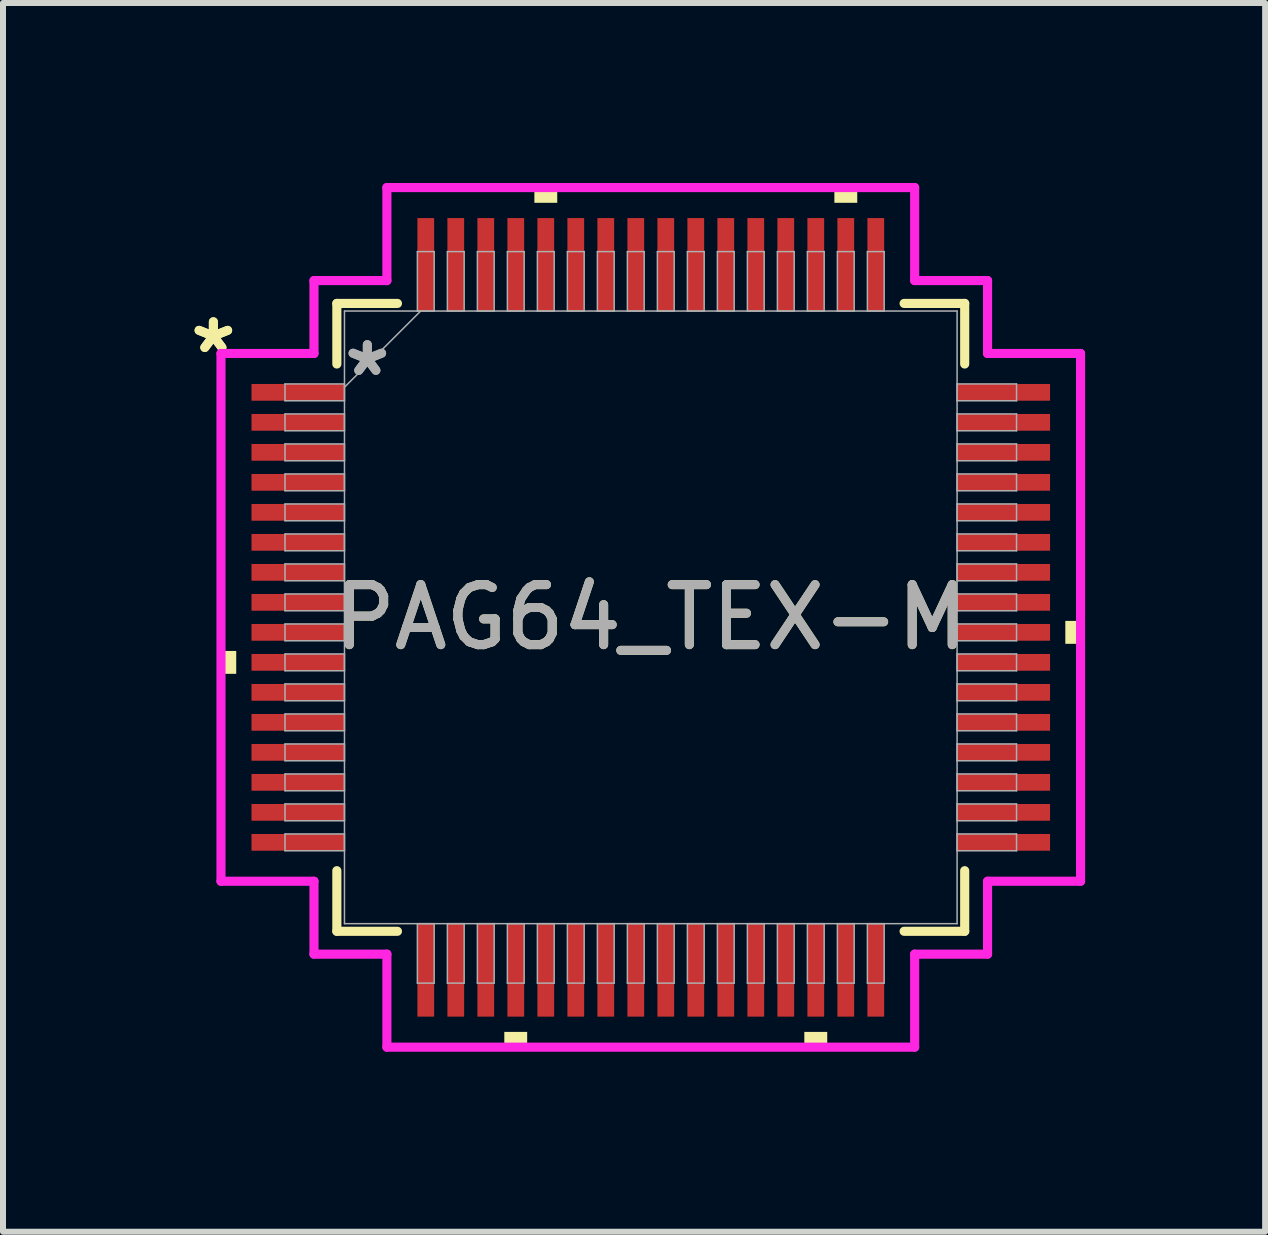
<source format=kicad_pcb>
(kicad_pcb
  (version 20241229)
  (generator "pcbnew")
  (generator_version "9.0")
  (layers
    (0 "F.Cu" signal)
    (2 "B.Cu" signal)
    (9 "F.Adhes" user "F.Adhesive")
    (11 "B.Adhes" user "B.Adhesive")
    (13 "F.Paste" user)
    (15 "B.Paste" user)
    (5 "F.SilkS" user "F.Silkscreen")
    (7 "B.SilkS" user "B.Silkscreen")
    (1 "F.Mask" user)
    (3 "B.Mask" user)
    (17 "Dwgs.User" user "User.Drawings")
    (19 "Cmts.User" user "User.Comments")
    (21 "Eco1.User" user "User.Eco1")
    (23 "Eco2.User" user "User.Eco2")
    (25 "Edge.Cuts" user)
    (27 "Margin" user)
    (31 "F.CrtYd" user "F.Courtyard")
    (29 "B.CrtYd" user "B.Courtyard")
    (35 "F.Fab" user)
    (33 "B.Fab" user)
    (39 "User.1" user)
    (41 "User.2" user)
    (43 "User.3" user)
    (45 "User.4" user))
  (footprint "PAG64_TEX-M"
    (layer "F.Cu")
    (at 7.796 7.239)
    (property "Reference" "PAG64_TEX-M" (at 0 0 0) (unlocked yes) (layer "F.SilkS") (effects (font (size 1 1) (thickness 0.15))))
    (attr smd)
    (fp_line (start -5.232 -5.232) (end -5.232 -4.222) (stroke (width 0.152) (type solid)) (layer "F.SilkS"))
    (fp_line (start -5.232 4.222) (end -5.232 5.232) (stroke (width 0.152) (type solid)) (layer "F.SilkS"))
    (fp_line (start -5.232 5.232) (end -4.222 5.232) (stroke (width 0.152) (type solid)) (layer "F.SilkS"))
    (fp_line (start -4.222 -5.232) (end -5.232 -5.232) (stroke (width 0.152) (type solid)) (layer "F.SilkS"))
    (fp_line (start 4.222 5.232) (end 5.232 5.232) (stroke (width 0.152) (type solid)) (layer "F.SilkS"))
    (fp_line (start 5.232 -5.232) (end 4.222 -5.232) (stroke (width 0.152) (type solid)) (layer "F.SilkS"))
    (fp_line (start 5.232 -4.222) (end 5.232 -5.232) (stroke (width 0.152) (type solid)) (layer "F.SilkS"))
    (fp_line (start 5.232 5.232) (end 5.232 4.222) (stroke (width 0.152) (type solid)) (layer "F.SilkS"))
    (fp_poly (pts (xy -7.163 0.56) (xy -7.163 0.941) (xy -6.909 0.941) (xy -6.909 0.56)) (stroke (width 0) (type solid)) (fill yes) (layer "F.SilkS"))
    (fp_poly (pts (xy -2.441 6.909) (xy -2.441 7.163) (xy -2.06 7.163) (xy -2.06 6.909)) (stroke (width 0) (type solid)) (fill yes) (layer "F.SilkS"))
    (fp_poly (pts (xy -1.94 -6.909) (xy -1.94 -7.163) (xy -1.559 -7.163) (xy -1.559 -6.909)) (stroke (width 0) (type solid)) (fill yes) (layer "F.SilkS"))
    (fp_poly (pts (xy 2.559 6.909) (xy 2.559 7.163) (xy 2.941 7.163) (xy 2.941 6.909)) (stroke (width 0) (type solid)) (fill yes) (layer "F.SilkS"))
    (fp_poly (pts (xy 3.06 -6.909) (xy 3.06 -7.163) (xy 3.441 -7.163) (xy 3.441 -6.909)) (stroke (width 0) (type solid)) (fill yes) (layer "F.SilkS"))
    (fp_poly (pts (xy 7.163 0.059) (xy 7.163 0.441) (xy 6.909 0.441) (xy 6.909 0.059)) (stroke (width 0) (type solid)) (fill yes) (layer "F.SilkS"))
    (fp_line (start -7.163 -4.398) (end -5.613 -4.398) (stroke (width 0.152) (type solid)) (layer "F.CrtYd"))
    (fp_line (start -7.163 4.398) (end -7.163 -4.398) (stroke (width 0.152) (type solid)) (layer "F.CrtYd"))
    (fp_line (start -5.613 -5.613) (end -4.398 -5.613) (stroke (width 0.152) (type solid)) (layer "F.CrtYd"))
    (fp_line (start -5.613 -4.398) (end -5.613 -5.613) (stroke (width 0.152) (type solid)) (layer "F.CrtYd"))
    (fp_line (start -5.613 4.398) (end -7.163 4.398) (stroke (width 0.152) (type solid)) (layer "F.CrtYd"))
    (fp_line (start -5.613 5.613) (end -5.613 4.398) (stroke (width 0.152) (type solid)) (layer "F.CrtYd"))
    (fp_line (start -5.613 5.613) (end -4.398 5.613) (stroke (width 0.152) (type solid)) (layer "F.CrtYd"))
    (fp_line (start -4.398 -7.163) (end 4.398 -7.163) (stroke (width 0.152) (type solid)) (layer "F.CrtYd"))
    (fp_line (start -4.398 -5.613) (end -4.398 -7.163) (stroke (width 0.152) (type solid)) (layer "F.CrtYd"))
    (fp_line (start -4.398 5.613) (end -4.398 7.163) (stroke (width 0.152) (type solid)) (layer "F.CrtYd"))
    (fp_line (start -4.398 7.163) (end 4.398 7.163) (stroke (width 0.152) (type solid)) (layer "F.CrtYd"))
    (fp_line (start 4.398 -7.163) (end 4.398 -5.613) (stroke (width 0.152) (type solid)) (layer "F.CrtYd"))
    (fp_line (start 4.398 -5.613) (end 5.613 -5.613) (stroke (width 0.152) (type solid)) (layer "F.CrtYd"))
    (fp_line (start 4.398 5.613) (end 5.613 5.613) (stroke (width 0.152) (type solid)) (layer "F.CrtYd"))
    (fp_line (start 4.398 7.163) (end 4.398 5.613) (stroke (width 0.152) (type solid)) (layer "F.CrtYd"))
    (fp_line (start 5.613 -4.398) (end 5.613 -5.613) (stroke (width 0.152) (type solid)) (layer "F.CrtYd"))
    (fp_line (start 5.613 4.398) (end 7.163 4.398) (stroke (width 0.152) (type solid)) (layer "F.CrtYd"))
    (fp_line (start 5.613 5.613) (end 5.613 4.398) (stroke (width 0.152) (type solid)) (layer "F.CrtYd"))
    (fp_line (start 7.163 -4.398) (end 5.613 -4.398) (stroke (width 0.152) (type solid)) (layer "F.CrtYd"))
    (fp_line (start 7.163 4.398) (end 7.163 -4.398) (stroke (width 0.152) (type solid)) (layer "F.CrtYd"))
    (fp_line (start -6.096 -3.89) (end -6.096 -3.61) (stroke (width 0.025) (type solid)) (layer "F.Fab"))
    (fp_line (start -6.096 -3.61) (end -5.105 -3.61) (stroke (width 0.025) (type solid)) (layer "F.Fab"))
    (fp_line (start -6.096 -3.39) (end -6.096 -3.11) (stroke (width 0.025) (type solid)) (layer "F.Fab"))
    (fp_line (start -6.096 -3.11) (end -5.105 -3.11) (stroke (width 0.025) (type solid)) (layer "F.Fab"))
    (fp_line (start -6.096 -2.89) (end -6.096 -2.61) (stroke (width 0.025) (type solid)) (layer "F.Fab"))
    (fp_line (start -6.096 -2.61) (end -5.105 -2.61) (stroke (width 0.025) (type solid)) (layer "F.Fab"))
    (fp_line (start -6.096 -2.39) (end -6.096 -2.11) (stroke (width 0.025) (type solid)) (layer "F.Fab"))
    (fp_line (start -6.096 -2.11) (end -5.105 -2.11) (stroke (width 0.025) (type solid)) (layer "F.Fab"))
    (fp_line (start -6.096 -1.89) (end -6.096 -1.61) (stroke (width 0.025) (type solid)) (layer "F.Fab"))
    (fp_line (start -6.096 -1.61) (end -5.105 -1.61) (stroke (width 0.025) (type solid)) (layer "F.Fab"))
    (fp_line (start -6.096 -1.39) (end -6.096 -1.11) (stroke (width 0.025) (type solid)) (layer "F.Fab"))
    (fp_line (start -6.096 -1.11) (end -5.105 -1.11) (stroke (width 0.025) (type solid)) (layer "F.Fab"))
    (fp_line (start -6.096 -0.89) (end -6.096 -0.61) (stroke (width 0.025) (type solid)) (layer "F.Fab"))
    (fp_line (start -6.096 -0.61) (end -5.105 -0.61) (stroke (width 0.025) (type solid)) (layer "F.Fab"))
    (fp_line (start -6.096 -0.39) (end -6.096 -0.11) (stroke (width 0.025) (type solid)) (layer "F.Fab"))
    (fp_line (start -6.096 -0.11) (end -5.105 -0.11) (stroke (width 0.025) (type solid)) (layer "F.Fab"))
    (fp_line (start -6.096 0.11) (end -6.096 0.39) (stroke (width 0.025) (type solid)) (layer "F.Fab"))
    (fp_line (start -6.096 0.39) (end -5.105 0.39) (stroke (width 0.025) (type solid)) (layer "F.Fab"))
    (fp_line (start -6.096 0.61) (end -6.096 0.89) (stroke (width 0.025) (type solid)) (layer "F.Fab"))
    (fp_line (start -6.096 0.89) (end -5.105 0.89) (stroke (width 0.025) (type solid)) (layer "F.Fab"))
    (fp_line (start -6.096 1.11) (end -6.096 1.39) (stroke (width 0.025) (type solid)) (layer "F.Fab"))
    (fp_line (start -6.096 1.39) (end -5.105 1.39) (stroke (width 0.025) (type solid)) (layer "F.Fab"))
    (fp_line (start -6.096 1.61) (end -6.096 1.89) (stroke (width 0.025) (type solid)) (layer "F.Fab"))
    (fp_line (start -6.096 1.89) (end -5.105 1.89) (stroke (width 0.025) (type solid)) (layer "F.Fab"))
    (fp_line (start -6.096 2.11) (end -6.096 2.39) (stroke (width 0.025) (type solid)) (layer "F.Fab"))
    (fp_line (start -6.096 2.39) (end -5.105 2.39) (stroke (width 0.025) (type solid)) (layer "F.Fab"))
    (fp_line (start -6.096 2.61) (end -6.096 2.89) (stroke (width 0.025) (type solid)) (layer "F.Fab"))
    (fp_line (start -6.096 2.89) (end -5.105 2.89) (stroke (width 0.025) (type solid)) (layer "F.Fab"))
    (fp_line (start -6.096 3.11) (end -6.096 3.39) (stroke (width 0.025) (type solid)) (layer "F.Fab"))
    (fp_line (start -6.096 3.39) (end -5.105 3.39) (stroke (width 0.025) (type solid)) (layer "F.Fab"))
    (fp_line (start -6.096 3.61) (end -6.096 3.89) (stroke (width 0.025) (type solid)) (layer "F.Fab"))
    (fp_line (start -6.096 3.89) (end -5.105 3.89) (stroke (width 0.025) (type solid)) (layer "F.Fab"))
    (fp_line (start -5.105 -5.105) (end -5.105 5.105) (stroke (width 0.025) (type solid)) (layer "F.Fab"))
    (fp_line (start -5.105 -3.89) (end -6.096 -3.89) (stroke (width 0.025) (type solid)) (layer "F.Fab"))
    (fp_line (start -5.105 -3.835) (end -3.835 -5.105) (stroke (width 0.025) (type solid)) (layer "F.Fab"))
    (fp_line (start -5.105 -3.61) (end -5.105 -3.89) (stroke (width 0.025) (type solid)) (layer "F.Fab"))
    (fp_line (start -5.105 -3.39) (end -6.096 -3.39) (stroke (width 0.025) (type solid)) (layer "F.Fab"))
    (fp_line (start -5.105 -3.11) (end -5.105 -3.39) (stroke (width 0.025) (type solid)) (layer "F.Fab"))
    (fp_line (start -5.105 -2.89) (end -6.096 -2.89) (stroke (width 0.025) (type solid)) (layer "F.Fab"))
    (fp_line (start -5.105 -2.61) (end -5.105 -2.89) (stroke (width 0.025) (type solid)) (layer "F.Fab"))
    (fp_line (start -5.105 -2.39) (end -6.096 -2.39) (stroke (width 0.025) (type solid)) (layer "F.Fab"))
    (fp_line (start -5.105 -2.11) (end -5.105 -2.39) (stroke (width 0.025) (type solid)) (layer "F.Fab"))
    (fp_line (start -5.105 -1.89) (end -6.096 -1.89) (stroke (width 0.025) (type solid)) (layer "F.Fab"))
    (fp_line (start -5.105 -1.61) (end -5.105 -1.89) (stroke (width 0.025) (type solid)) (layer "F.Fab"))
    (fp_line (start -5.105 -1.39) (end -6.096 -1.39) (stroke (width 0.025) (type solid)) (layer "F.Fab"))
    (fp_line (start -5.105 -1.11) (end -5.105 -1.39) (stroke (width 0.025) (type solid)) (layer "F.Fab"))
    (fp_line (start -5.105 -0.89) (end -6.096 -0.89) (stroke (width 0.025) (type solid)) (layer "F.Fab"))
    (fp_line (start -5.105 -0.61) (end -5.105 -0.89) (stroke (width 0.025) (type solid)) (layer "F.Fab"))
    (fp_line (start -5.105 -0.39) (end -6.096 -0.39) (stroke (width 0.025) (type solid)) (layer "F.Fab"))
    (fp_line (start -5.105 -0.11) (end -5.105 -0.39) (stroke (width 0.025) (type solid)) (layer "F.Fab"))
    (fp_line (start -5.105 0.11) (end -6.096 0.11) (stroke (width 0.025) (type solid)) (layer "F.Fab"))
    (fp_line (start -5.105 0.39) (end -5.105 0.11) (stroke (width 0.025) (type solid)) (layer "F.Fab"))
    (fp_line (start -5.105 0.61) (end -6.096 0.61) (stroke (width 0.025) (type solid)) (layer "F.Fab"))
    (fp_line (start -5.105 0.89) (end -5.105 0.61) (stroke (width 0.025) (type solid)) (layer "F.Fab"))
    (fp_line (start -5.105 1.11) (end -6.096 1.11) (stroke (width 0.025) (type solid)) (layer "F.Fab"))
    (fp_line (start -5.105 1.39) (end -5.105 1.11) (stroke (width 0.025) (type solid)) (layer "F.Fab"))
    (fp_line (start -5.105 1.61) (end -6.096 1.61) (stroke (width 0.025) (type solid)) (layer "F.Fab"))
    (fp_line (start -5.105 1.89) (end -5.105 1.61) (stroke (width 0.025) (type solid)) (layer "F.Fab"))
    (fp_line (start -5.105 2.11) (end -6.096 2.11) (stroke (width 0.025) (type solid)) (layer "F.Fab"))
    (fp_line (start -5.105 2.39) (end -5.105 2.11) (stroke (width 0.025) (type solid)) (layer "F.Fab"))
    (fp_line (start -5.105 2.61) (end -6.096 2.61) (stroke (width 0.025) (type solid)) (layer "F.Fab"))
    (fp_line (start -5.105 2.89) (end -5.105 2.61) (stroke (width 0.025) (type solid)) (layer "F.Fab"))
    (fp_line (start -5.105 3.11) (end -6.096 3.11) (stroke (width 0.025) (type solid)) (layer "F.Fab"))
    (fp_line (start -5.105 3.39) (end -5.105 3.11) (stroke (width 0.025) (type solid)) (layer "F.Fab"))
    (fp_line (start -5.105 3.61) (end -6.096 3.61) (stroke (width 0.025) (type solid)) (layer "F.Fab"))
    (fp_line (start -5.105 3.89) (end -5.105 3.61) (stroke (width 0.025) (type solid)) (layer "F.Fab"))
    (fp_line (start -5.105 5.105) (end 5.105 5.105) (stroke (width 0.025) (type solid)) (layer "F.Fab"))
    (fp_line (start -3.89 -6.096) (end -3.89 -5.105) (stroke (width 0.025) (type solid)) (layer "F.Fab"))
    (fp_line (start -3.89 -5.105) (end -3.61 -5.105) (stroke (width 0.025) (type solid)) (layer "F.Fab"))
    (fp_line (start -3.89 5.105) (end -3.89 6.096) (stroke (width 0.025) (type solid)) (layer "F.Fab"))
    (fp_line (start -3.89 6.096) (end -3.61 6.096) (stroke (width 0.025) (type solid)) (layer "F.Fab"))
    (fp_line (start -3.61 -6.096) (end -3.89 -6.096) (stroke (width 0.025) (type solid)) (layer "F.Fab"))
    (fp_line (start -3.61 -5.105) (end -3.61 -6.096) (stroke (width 0.025) (type solid)) (layer "F.Fab"))
    (fp_line (start -3.61 5.105) (end -3.89 5.105) (stroke (width 0.025) (type solid)) (layer "F.Fab"))
    (fp_line (start -3.61 6.096) (end -3.61 5.105) (stroke (width 0.025) (type solid)) (layer "F.Fab"))
    (fp_line (start -3.39 -6.096) (end -3.39 -5.105) (stroke (width 0.025) (type solid)) (layer "F.Fab"))
    (fp_line (start -3.39 -5.105) (end -3.11 -5.105) (stroke (width 0.025) (type solid)) (layer "F.Fab"))
    (fp_line (start -3.39 5.105) (end -3.39 6.096) (stroke (width 0.025) (type solid)) (layer "F.Fab"))
    (fp_line (start -3.39 6.096) (end -3.11 6.096) (stroke (width 0.025) (type solid)) (layer "F.Fab"))
    (fp_line (start -3.11 -6.096) (end -3.39 -6.096) (stroke (width 0.025) (type solid)) (layer "F.Fab"))
    (fp_line (start -3.11 -5.105) (end -3.11 -6.096) (stroke (width 0.025) (type solid)) (layer "F.Fab"))
    (fp_line (start -3.11 5.105) (end -3.39 5.105) (stroke (width 0.025) (type solid)) (layer "F.Fab"))
    (fp_line (start -3.11 6.096) (end -3.11 5.105) (stroke (width 0.025) (type solid)) (layer "F.Fab"))
    (fp_line (start -2.89 -6.096) (end -2.89 -5.105) (stroke (width 0.025) (type solid)) (layer "F.Fab"))
    (fp_line (start -2.89 -5.105) (end -2.61 -5.105) (stroke (width 0.025) (type solid)) (layer "F.Fab"))
    (fp_line (start -2.89 5.105) (end -2.89 6.096) (stroke (width 0.025) (type solid)) (layer "F.Fab"))
    (fp_line (start -2.89 6.096) (end -2.61 6.096) (stroke (width 0.025) (type solid)) (layer "F.Fab"))
    (fp_line (start -2.61 -6.096) (end -2.89 -6.096) (stroke (width 0.025) (type solid)) (layer "F.Fab"))
    (fp_line (start -2.61 -5.105) (end -2.61 -6.096) (stroke (width 0.025) (type solid)) (layer "F.Fab"))
    (fp_line (start -2.61 5.105) (end -2.89 5.105) (stroke (width 0.025) (type solid)) (layer "F.Fab"))
    (fp_line (start -2.61 6.096) (end -2.61 5.105) (stroke (width 0.025) (type solid)) (layer "F.Fab"))
    (fp_line (start -2.39 -6.096) (end -2.39 -5.105) (stroke (width 0.025) (type solid)) (layer "F.Fab"))
    (fp_line (start -2.39 -5.105) (end -2.11 -5.105) (stroke (width 0.025) (type solid)) (layer "F.Fab"))
    (fp_line (start -2.39 5.105) (end -2.39 6.096) (stroke (width 0.025) (type solid)) (layer "F.Fab"))
    (fp_line (start -2.39 6.096) (end -2.11 6.096) (stroke (width 0.025) (type solid)) (layer "F.Fab"))
    (fp_line (start -2.11 -6.096) (end -2.39 -6.096) (stroke (width 0.025) (type solid)) (layer "F.Fab"))
    (fp_line (start -2.11 -5.105) (end -2.11 -6.096) (stroke (width 0.025) (type solid)) (layer "F.Fab"))
    (fp_line (start -2.11 5.105) (end -2.39 5.105) (stroke (width 0.025) (type solid)) (layer "F.Fab"))
    (fp_line (start -2.11 6.096) (end -2.11 5.105) (stroke (width 0.025) (type solid)) (layer "F.Fab"))
    (fp_line (start -1.89 -6.096) (end -1.89 -5.105) (stroke (width 0.025) (type solid)) (layer "F.Fab"))
    (fp_line (start -1.89 -5.105) (end -1.61 -5.105) (stroke (width 0.025) (type solid)) (layer "F.Fab"))
    (fp_line (start -1.89 5.105) (end -1.89 6.096) (stroke (width 0.025) (type solid)) (layer "F.Fab"))
    (fp_line (start -1.89 6.096) (end -1.61 6.096) (stroke (width 0.025) (type solid)) (layer "F.Fab"))
    (fp_line (start -1.61 -6.096) (end -1.89 -6.096) (stroke (width 0.025) (type solid)) (layer "F.Fab"))
    (fp_line (start -1.61 -5.105) (end -1.61 -6.096) (stroke (width 0.025) (type solid)) (layer "F.Fab"))
    (fp_line (start -1.61 5.105) (end -1.89 5.105) (stroke (width 0.025) (type solid)) (layer "F.Fab"))
    (fp_line (start -1.61 6.096) (end -1.61 5.105) (stroke (width 0.025) (type solid)) (layer "F.Fab"))
    (fp_line (start -1.39 -6.096) (end -1.39 -5.105) (stroke (width 0.025) (type solid)) (layer "F.Fab"))
    (fp_line (start -1.39 -5.105) (end -1.11 -5.105) (stroke (width 0.025) (type solid)) (layer "F.Fab"))
    (fp_line (start -1.39 5.105) (end -1.39 6.096) (stroke (width 0.025) (type solid)) (layer "F.Fab"))
    (fp_line (start -1.39 6.096) (end -1.11 6.096) (stroke (width 0.025) (type solid)) (layer "F.Fab"))
    (fp_line (start -1.11 -6.096) (end -1.39 -6.096) (stroke (width 0.025) (type solid)) (layer "F.Fab"))
    (fp_line (start -1.11 -5.105) (end -1.11 -6.096) (stroke (width 0.025) (type solid)) (layer "F.Fab"))
    (fp_line (start -1.11 5.105) (end -1.39 5.105) (stroke (width 0.025) (type solid)) (layer "F.Fab"))
    (fp_line (start -1.11 6.096) (end -1.11 5.105) (stroke (width 0.025) (type solid)) (layer "F.Fab"))
    (fp_line (start -0.89 -6.096) (end -0.89 -5.105) (stroke (width 0.025) (type solid)) (layer "F.Fab"))
    (fp_line (start -0.89 -5.105) (end -0.61 -5.105) (stroke (width 0.025) (type solid)) (layer "F.Fab"))
    (fp_line (start -0.89 5.105) (end -0.89 6.096) (stroke (width 0.025) (type solid)) (layer "F.Fab"))
    (fp_line (start -0.89 6.096) (end -0.61 6.096) (stroke (width 0.025) (type solid)) (layer "F.Fab"))
    (fp_line (start -0.61 -6.096) (end -0.89 -6.096) (stroke (width 0.025) (type solid)) (layer "F.Fab"))
    (fp_line (start -0.61 -5.105) (end -0.61 -6.096) (stroke (width 0.025) (type solid)) (layer "F.Fab"))
    (fp_line (start -0.61 5.105) (end -0.89 5.105) (stroke (width 0.025) (type solid)) (layer "F.Fab"))
    (fp_line (start -0.61 6.096) (end -0.61 5.105) (stroke (width 0.025) (type solid)) (layer "F.Fab"))
    (fp_line (start -0.39 -6.096) (end -0.39 -5.105) (stroke (width 0.025) (type solid)) (layer "F.Fab"))
    (fp_line (start -0.39 -5.105) (end -0.11 -5.105) (stroke (width 0.025) (type solid)) (layer "F.Fab"))
    (fp_line (start -0.39 5.105) (end -0.39 6.096) (stroke (width 0.025) (type solid)) (layer "F.Fab"))
    (fp_line (start -0.39 6.096) (end -0.11 6.096) (stroke (width 0.025) (type solid)) (layer "F.Fab"))
    (fp_line (start -0.11 -6.096) (end -0.39 -6.096) (stroke (width 0.025) (type solid)) (layer "F.Fab"))
    (fp_line (start -0.11 -5.105) (end -0.11 -6.096) (stroke (width 0.025) (type solid)) (layer "F.Fab"))
    (fp_line (start -0.11 5.105) (end -0.39 5.105) (stroke (width 0.025) (type solid)) (layer "F.Fab"))
    (fp_line (start -0.11 6.096) (end -0.11 5.105) (stroke (width 0.025) (type solid)) (layer "F.Fab"))
    (fp_line (start 0.11 -6.096) (end 0.11 -5.105) (stroke (width 0.025) (type solid)) (layer "F.Fab"))
    (fp_line (start 0.11 -5.105) (end 0.39 -5.105) (stroke (width 0.025) (type solid)) (layer "F.Fab"))
    (fp_line (start 0.11 5.105) (end 0.11 6.096) (stroke (width 0.025) (type solid)) (layer "F.Fab"))
    (fp_line (start 0.11 6.096) (end 0.39 6.096) (stroke (width 0.025) (type solid)) (layer "F.Fab"))
    (fp_line (start 0.39 -6.096) (end 0.11 -6.096) (stroke (width 0.025) (type solid)) (layer "F.Fab"))
    (fp_line (start 0.39 -5.105) (end 0.39 -6.096) (stroke (width 0.025) (type solid)) (layer "F.Fab"))
    (fp_line (start 0.39 5.105) (end 0.11 5.105) (stroke (width 0.025) (type solid)) (layer "F.Fab"))
    (fp_line (start 0.39 6.096) (end 0.39 5.105) (stroke (width 0.025) (type solid)) (layer "F.Fab"))
    (fp_line (start 0.61 -6.096) (end 0.61 -5.105) (stroke (width 0.025) (type solid)) (layer "F.Fab"))
    (fp_line (start 0.61 -5.105) (end 0.89 -5.105) (stroke (width 0.025) (type solid)) (layer "F.Fab"))
    (fp_line (start 0.61 5.105) (end 0.61 6.096) (stroke (width 0.025) (type solid)) (layer "F.Fab"))
    (fp_line (start 0.61 6.096) (end 0.89 6.096) (stroke (width 0.025) (type solid)) (layer "F.Fab"))
    (fp_line (start 0.89 -6.096) (end 0.61 -6.096) (stroke (width 0.025) (type solid)) (layer "F.Fab"))
    (fp_line (start 0.89 -5.105) (end 0.89 -6.096) (stroke (width 0.025) (type solid)) (layer "F.Fab"))
    (fp_line (start 0.89 5.105) (end 0.61 5.105) (stroke (width 0.025) (type solid)) (layer "F.Fab"))
    (fp_line (start 0.89 6.096) (end 0.89 5.105) (stroke (width 0.025) (type solid)) (layer "F.Fab"))
    (fp_line (start 1.11 -6.096) (end 1.11 -5.105) (stroke (width 0.025) (type solid)) (layer "F.Fab"))
    (fp_line (start 1.11 -5.105) (end 1.39 -5.105) (stroke (width 0.025) (type solid)) (layer "F.Fab"))
    (fp_line (start 1.11 5.105) (end 1.11 6.096) (stroke (width 0.025) (type solid)) (layer "F.Fab"))
    (fp_line (start 1.11 6.096) (end 1.39 6.096) (stroke (width 0.025) (type solid)) (layer "F.Fab"))
    (fp_line (start 1.39 -6.096) (end 1.11 -6.096) (stroke (width 0.025) (type solid)) (layer "F.Fab"))
    (fp_line (start 1.39 -5.105) (end 1.39 -6.096) (stroke (width 0.025) (type solid)) (layer "F.Fab"))
    (fp_line (start 1.39 5.105) (end 1.11 5.105) (stroke (width 0.025) (type solid)) (layer "F.Fab"))
    (fp_line (start 1.39 6.096) (end 1.39 5.105) (stroke (width 0.025) (type solid)) (layer "F.Fab"))
    (fp_line (start 1.61 -6.096) (end 1.61 -5.105) (stroke (width 0.025) (type solid)) (layer "F.Fab"))
    (fp_line (start 1.61 -5.105) (end 1.89 -5.105) (stroke (width 0.025) (type solid)) (layer "F.Fab"))
    (fp_line (start 1.61 5.105) (end 1.61 6.096) (stroke (width 0.025) (type solid)) (layer "F.Fab"))
    (fp_line (start 1.61 6.096) (end 1.89 6.096) (stroke (width 0.025) (type solid)) (layer "F.Fab"))
    (fp_line (start 1.89 -6.096) (end 1.61 -6.096) (stroke (width 0.025) (type solid)) (layer "F.Fab"))
    (fp_line (start 1.89 -5.105) (end 1.89 -6.096) (stroke (width 0.025) (type solid)) (layer "F.Fab"))
    (fp_line (start 1.89 5.105) (end 1.61 5.105) (stroke (width 0.025) (type solid)) (layer "F.Fab"))
    (fp_line (start 1.89 6.096) (end 1.89 5.105) (stroke (width 0.025) (type solid)) (layer "F.Fab"))
    (fp_line (start 2.11 -6.096) (end 2.11 -5.105) (stroke (width 0.025) (type solid)) (layer "F.Fab"))
    (fp_line (start 2.11 -5.105) (end 2.39 -5.105) (stroke (width 0.025) (type solid)) (layer "F.Fab"))
    (fp_line (start 2.11 5.105) (end 2.11 6.096) (stroke (width 0.025) (type solid)) (layer "F.Fab"))
    (fp_line (start 2.11 6.096) (end 2.39 6.096) (stroke (width 0.025) (type solid)) (layer "F.Fab"))
    (fp_line (start 2.39 -6.096) (end 2.11 -6.096) (stroke (width 0.025) (type solid)) (layer "F.Fab"))
    (fp_line (start 2.39 -5.105) (end 2.39 -6.096) (stroke (width 0.025) (type solid)) (layer "F.Fab"))
    (fp_line (start 2.39 5.105) (end 2.11 5.105) (stroke (width 0.025) (type solid)) (layer "F.Fab"))
    (fp_line (start 2.39 6.096) (end 2.39 5.105) (stroke (width 0.025) (type solid)) (layer "F.Fab"))
    (fp_line (start 2.61 -6.096) (end 2.61 -5.105) (stroke (width 0.025) (type solid)) (layer "F.Fab"))
    (fp_line (start 2.61 -5.105) (end 2.89 -5.105) (stroke (width 0.025) (type solid)) (layer "F.Fab"))
    (fp_line (start 2.61 5.105) (end 2.61 6.096) (stroke (width 0.025) (type solid)) (layer "F.Fab"))
    (fp_line (start 2.61 6.096) (end 2.89 6.096) (stroke (width 0.025) (type solid)) (layer "F.Fab"))
    (fp_line (start 2.89 -6.096) (end 2.61 -6.096) (stroke (width 0.025) (type solid)) (layer "F.Fab"))
    (fp_line (start 2.89 -5.105) (end 2.89 -6.096) (stroke (width 0.025) (type solid)) (layer "F.Fab"))
    (fp_line (start 2.89 5.105) (end 2.61 5.105) (stroke (width 0.025) (type solid)) (layer "F.Fab"))
    (fp_line (start 2.89 6.096) (end 2.89 5.105) (stroke (width 0.025) (type solid)) (layer "F.Fab"))
    (fp_line (start 3.11 -6.096) (end 3.11 -5.105) (stroke (width 0.025) (type solid)) (layer "F.Fab"))
    (fp_line (start 3.11 -5.105) (end 3.39 -5.105) (stroke (width 0.025) (type solid)) (layer "F.Fab"))
    (fp_line (start 3.11 5.105) (end 3.11 6.096) (stroke (width 0.025) (type solid)) (layer "F.Fab"))
    (fp_line (start 3.11 6.096) (end 3.39 6.096) (stroke (width 0.025) (type solid)) (layer "F.Fab"))
    (fp_line (start 3.39 -6.096) (end 3.11 -6.096) (stroke (width 0.025) (type solid)) (layer "F.Fab"))
    (fp_line (start 3.39 -5.105) (end 3.39 -6.096) (stroke (width 0.025) (type solid)) (layer "F.Fab"))
    (fp_line (start 3.39 5.105) (end 3.11 5.105) (stroke (width 0.025) (type solid)) (layer "F.Fab"))
    (fp_line (start 3.39 6.096) (end 3.39 5.105) (stroke (width 0.025) (type solid)) (layer "F.Fab"))
    (fp_line (start 3.61 -6.096) (end 3.61 -5.105) (stroke (width 0.025) (type solid)) (layer "F.Fab"))
    (fp_line (start 3.61 -5.105) (end 3.89 -5.105) (stroke (width 0.025) (type solid)) (layer "F.Fab"))
    (fp_line (start 3.61 5.105) (end 3.61 6.096) (stroke (width 0.025) (type solid)) (layer "F.Fab"))
    (fp_line (start 3.61 6.096) (end 3.89 6.096) (stroke (width 0.025) (type solid)) (layer "F.Fab"))
    (fp_line (start 3.89 -6.096) (end 3.61 -6.096) (stroke (width 0.025) (type solid)) (layer "F.Fab"))
    (fp_line (start 3.89 -5.105) (end 3.89 -6.096) (stroke (width 0.025) (type solid)) (layer "F.Fab"))
    (fp_line (start 3.89 5.105) (end 3.61 5.105) (stroke (width 0.025) (type solid)) (layer "F.Fab"))
    (fp_line (start 3.89 6.096) (end 3.89 5.105) (stroke (width 0.025) (type solid)) (layer "F.Fab"))
    (fp_line (start 5.105 -5.105) (end -5.105 -5.105) (stroke (width 0.025) (type solid)) (layer "F.Fab"))
    (fp_line (start 5.105 -3.89) (end 5.105 -3.61) (stroke (width 0.025) (type solid)) (layer "F.Fab"))
    (fp_line (start 5.105 -3.61) (end 6.096 -3.61) (stroke (width 0.025) (type solid)) (layer "F.Fab"))
    (fp_line (start 5.105 -3.39) (end 5.105 -3.11) (stroke (width 0.025) (type solid)) (layer "F.Fab"))
    (fp_line (start 5.105 -3.11) (end 6.096 -3.11) (stroke (width 0.025) (type solid)) (layer "F.Fab"))
    (fp_line (start 5.105 -2.89) (end 5.105 -2.61) (stroke (width 0.025) (type solid)) (layer "F.Fab"))
    (fp_line (start 5.105 -2.61) (end 6.096 -2.61) (stroke (width 0.025) (type solid)) (layer "F.Fab"))
    (fp_line (start 5.105 -2.39) (end 5.105 -2.11) (stroke (width 0.025) (type solid)) (layer "F.Fab"))
    (fp_line (start 5.105 -2.11) (end 6.096 -2.11) (stroke (width 0.025) (type solid)) (layer "F.Fab"))
    (fp_line (start 5.105 -1.89) (end 5.105 -1.61) (stroke (width 0.025) (type solid)) (layer "F.Fab"))
    (fp_line (start 5.105 -1.61) (end 6.096 -1.61) (stroke (width 0.025) (type solid)) (layer "F.Fab"))
    (fp_line (start 5.105 -1.39) (end 5.105 -1.11) (stroke (width 0.025) (type solid)) (layer "F.Fab"))
    (fp_line (start 5.105 -1.11) (end 6.096 -1.11) (stroke (width 0.025) (type solid)) (layer "F.Fab"))
    (fp_line (start 5.105 -0.89) (end 5.105 -0.61) (stroke (width 0.025) (type solid)) (layer "F.Fab"))
    (fp_line (start 5.105 -0.61) (end 6.096 -0.61) (stroke (width 0.025) (type solid)) (layer "F.Fab"))
    (fp_line (start 5.105 -0.39) (end 5.105 -0.11) (stroke (width 0.025) (type solid)) (layer "F.Fab"))
    (fp_line (start 5.105 -0.11) (end 6.096 -0.11) (stroke (width 0.025) (type solid)) (layer "F.Fab"))
    (fp_line (start 5.105 0.11) (end 5.105 0.39) (stroke (width 0.025) (type solid)) (layer "F.Fab"))
    (fp_line (start 5.105 0.39) (end 6.096 0.39) (stroke (width 0.025) (type solid)) (layer "F.Fab"))
    (fp_line (start 5.105 0.61) (end 5.105 0.89) (stroke (width 0.025) (type solid)) (layer "F.Fab"))
    (fp_line (start 5.105 0.89) (end 6.096 0.89) (stroke (width 0.025) (type solid)) (layer "F.Fab"))
    (fp_line (start 5.105 1.11) (end 5.105 1.39) (stroke (width 0.025) (type solid)) (layer "F.Fab"))
    (fp_line (start 5.105 1.39) (end 6.096 1.39) (stroke (width 0.025) (type solid)) (layer "F.Fab"))
    (fp_line (start 5.105 1.61) (end 5.105 1.89) (stroke (width 0.025) (type solid)) (layer "F.Fab"))
    (fp_line (start 5.105 1.89) (end 6.096 1.89) (stroke (width 0.025) (type solid)) (layer "F.Fab"))
    (fp_line (start 5.105 2.11) (end 5.105 2.39) (stroke (width 0.025) (type solid)) (layer "F.Fab"))
    (fp_line (start 5.105 2.39) (end 6.096 2.39) (stroke (width 0.025) (type solid)) (layer "F.Fab"))
    (fp_line (start 5.105 2.61) (end 5.105 2.89) (stroke (width 0.025) (type solid)) (layer "F.Fab"))
    (fp_line (start 5.105 2.89) (end 6.096 2.89) (stroke (width 0.025) (type solid)) (layer "F.Fab"))
    (fp_line (start 5.105 3.11) (end 5.105 3.39) (stroke (width 0.025) (type solid)) (layer "F.Fab"))
    (fp_line (start 5.105 3.39) (end 6.096 3.39) (stroke (width 0.025) (type solid)) (layer "F.Fab"))
    (fp_line (start 5.105 3.61) (end 5.105 3.89) (stroke (width 0.025) (type solid)) (layer "F.Fab"))
    (fp_line (start 5.105 3.89) (end 6.096 3.89) (stroke (width 0.025) (type solid)) (layer "F.Fab"))
    (fp_line (start 5.105 5.105) (end 5.105 -5.105) (stroke (width 0.025) (type solid)) (layer "F.Fab"))
    (fp_line (start 6.096 -3.89) (end 5.105 -3.89) (stroke (width 0.025) (type solid)) (layer "F.Fab"))
    (fp_line (start 6.096 -3.61) (end 6.096 -3.89) (stroke (width 0.025) (type solid)) (layer "F.Fab"))
    (fp_line (start 6.096 -3.39) (end 5.105 -3.39) (stroke (width 0.025) (type solid)) (layer "F.Fab"))
    (fp_line (start 6.096 -3.11) (end 6.096 -3.39) (stroke (width 0.025) (type solid)) (layer "F.Fab"))
    (fp_line (start 6.096 -2.89) (end 5.105 -2.89) (stroke (width 0.025) (type solid)) (layer "F.Fab"))
    (fp_line (start 6.096 -2.61) (end 6.096 -2.89) (stroke (width 0.025) (type solid)) (layer "F.Fab"))
    (fp_line (start 6.096 -2.39) (end 5.105 -2.39) (stroke (width 0.025) (type solid)) (layer "F.Fab"))
    (fp_line (start 6.096 -2.11) (end 6.096 -2.39) (stroke (width 0.025) (type solid)) (layer "F.Fab"))
    (fp_line (start 6.096 -1.89) (end 5.105 -1.89) (stroke (width 0.025) (type solid)) (layer "F.Fab"))
    (fp_line (start 6.096 -1.61) (end 6.096 -1.89) (stroke (width 0.025) (type solid)) (layer "F.Fab"))
    (fp_line (start 6.096 -1.39) (end 5.105 -1.39) (stroke (width 0.025) (type solid)) (layer "F.Fab"))
    (fp_line (start 6.096 -1.11) (end 6.096 -1.39) (stroke (width 0.025) (type solid)) (layer "F.Fab"))
    (fp_line (start 6.096 -0.89) (end 5.105 -0.89) (stroke (width 0.025) (type solid)) (layer "F.Fab"))
    (fp_line (start 6.096 -0.61) (end 6.096 -0.89) (stroke (width 0.025) (type solid)) (layer "F.Fab"))
    (fp_line (start 6.096 -0.39) (end 5.105 -0.39) (stroke (width 0.025) (type solid)) (layer "F.Fab"))
    (fp_line (start 6.096 -0.11) (end 6.096 -0.39) (stroke (width 0.025) (type solid)) (layer "F.Fab"))
    (fp_line (start 6.096 0.11) (end 5.105 0.11) (stroke (width 0.025) (type solid)) (layer "F.Fab"))
    (fp_line (start 6.096 0.39) (end 6.096 0.11) (stroke (width 0.025) (type solid)) (layer "F.Fab"))
    (fp_line (start 6.096 0.61) (end 5.105 0.61) (stroke (width 0.025) (type solid)) (layer "F.Fab"))
    (fp_line (start 6.096 0.89) (end 6.096 0.61) (stroke (width 0.025) (type solid)) (layer "F.Fab"))
    (fp_line (start 6.096 1.11) (end 5.105 1.11) (stroke (width 0.025) (type solid)) (layer "F.Fab"))
    (fp_line (start 6.096 1.39) (end 6.096 1.11) (stroke (width 0.025) (type solid)) (layer "F.Fab"))
    (fp_line (start 6.096 1.61) (end 5.105 1.61) (stroke (width 0.025) (type solid)) (layer "F.Fab"))
    (fp_line (start 6.096 1.89) (end 6.096 1.61) (stroke (width 0.025) (type solid)) (layer "F.Fab"))
    (fp_line (start 6.096 2.11) (end 5.105 2.11) (stroke (width 0.025) (type solid)) (layer "F.Fab"))
    (fp_line (start 6.096 2.39) (end 6.096 2.11) (stroke (width 0.025) (type solid)) (layer "F.Fab"))
    (fp_line (start 6.096 2.61) (end 5.105 2.61) (stroke (width 0.025) (type solid)) (layer "F.Fab"))
    (fp_line (start 6.096 2.89) (end 6.096 2.61) (stroke (width 0.025) (type solid)) (layer "F.Fab"))
    (fp_line (start 6.096 3.11) (end 5.105 3.11) (stroke (width 0.025) (type solid)) (layer "F.Fab"))
    (fp_line (start 6.096 3.39) (end 6.096 3.11) (stroke (width 0.025) (type solid)) (layer "F.Fab"))
    (fp_line (start 6.096 3.61) (end 5.105 3.61) (stroke (width 0.025) (type solid)) (layer "F.Fab"))
    (fp_line (start 6.096 3.89) (end 6.096 3.61) (stroke (width 0.025) (type solid)) (layer "F.Fab"))
    (fp_text user "*" (at -7.29 -4.381 0) (layer "F.SilkS") (effects (font (size 1 1) (thickness 0.15))))
    (fp_text user "*" (at -7.29 -4.381 0) (unlocked yes) (layer "F.SilkS") (effects (font (size 1 1) (thickness 0.15))))
    (fp_text user "${REFERENCE}" (at 0 0 0) (unlocked yes) (layer "F.Fab") (effects (font (size 1 1) (thickness 0.15))))
    (fp_text user "*" (at -4.724 -4 0) (unlocked yes) (layer "F.Fab") (effects (font (size 1 1) (thickness 0.15))))
    (fp_text user "*" (at -4.724 -4 0) (layer "F.Fab") (effects (font (size 1 1) (thickness 0.15))))
    (pad "1" smd rect (at -5.88 -3.75 90) (size 0.279 1.549) (layers "F.Cu" "F.Mask" "F.Paste"))
    (pad "2" smd rect (at -5.88 -3.25 90) (size 0.279 1.549) (layers "F.Cu" "F.Mask" "F.Paste"))
    (pad "3" smd rect (at -5.88 -2.75 90) (size 0.279 1.549) (layers "F.Cu" "F.Mask" "F.Paste"))
    (pad "4" smd rect (at -5.88 -2.25 90) (size 0.279 1.549) (layers "F.Cu" "F.Mask" "F.Paste"))
    (pad "5" smd rect (at -5.88 -1.75 90) (size 0.279 1.549) (layers "F.Cu" "F.Mask" "F.Paste"))
    (pad "6" smd rect (at -5.88 -1.25 90) (size 0.279 1.549) (layers "F.Cu" "F.Mask" "F.Paste"))
    (pad "7" smd rect (at -5.88 -0.75 90) (size 0.279 1.549) (layers "F.Cu" "F.Mask" "F.Paste"))
    (pad "8" smd rect (at -5.88 -0.25 90) (size 0.279 1.549) (layers "F.Cu" "F.Mask" "F.Paste"))
    (pad "9" smd rect (at -5.88 0.25 90) (size 0.279 1.549) (layers "F.Cu" "F.Mask" "F.Paste"))
    (pad "10" smd rect (at -5.88 0.75 90) (size 0.279 1.549) (layers "F.Cu" "F.Mask" "F.Paste"))
    (pad "11" smd rect (at -5.88 1.25 90) (size 0.279 1.549) (layers "F.Cu" "F.Mask" "F.Paste"))
    (pad "12" smd rect (at -5.88 1.75 90) (size 0.279 1.549) (layers "F.Cu" "F.Mask" "F.Paste"))
    (pad "13" smd rect (at -5.88 2.25 90) (size 0.279 1.549) (layers "F.Cu" "F.Mask" "F.Paste"))
    (pad "14" smd rect (at -5.88 2.75 90) (size 0.279 1.549) (layers "F.Cu" "F.Mask" "F.Paste"))
    (pad "15" smd rect (at -5.88 3.25 90) (size 0.279 1.549) (layers "F.Cu" "F.Mask" "F.Paste"))
    (pad "16" smd rect (at -5.88 3.75 90) (size 0.279 1.549) (layers "F.Cu" "F.Mask" "F.Paste"))
    (pad "17" smd rect (at -3.75 5.88) (size 0.279 1.549) (layers "F.Cu" "F.Mask" "F.Paste"))
    (pad "18" smd rect (at -3.25 5.88) (size 0.279 1.549) (layers "F.Cu" "F.Mask" "F.Paste"))
    (pad "19" smd rect (at -2.75 5.88) (size 0.279 1.549) (layers "F.Cu" "F.Mask" "F.Paste"))
    (pad "20" smd rect (at -2.25 5.88) (size 0.279 1.549) (layers "F.Cu" "F.Mask" "F.Paste"))
    (pad "21" smd rect (at -1.75 5.88) (size 0.279 1.549) (layers "F.Cu" "F.Mask" "F.Paste"))
    (pad "22" smd rect (at -1.25 5.88) (size 0.279 1.549) (layers "F.Cu" "F.Mask" "F.Paste"))
    (pad "23" smd rect (at -0.75 5.88) (size 0.279 1.549) (layers "F.Cu" "F.Mask" "F.Paste"))
    (pad "24" smd rect (at -0.25 5.88) (size 0.279 1.549) (layers "F.Cu" "F.Mask" "F.Paste"))
    (pad "25" smd rect (at 0.25 5.88) (size 0.279 1.549) (layers "F.Cu" "F.Mask" "F.Paste"))
    (pad "26" smd rect (at 0.75 5.88) (size 0.279 1.549) (layers "F.Cu" "F.Mask" "F.Paste"))
    (pad "27" smd rect (at 1.25 5.88) (size 0.279 1.549) (layers "F.Cu" "F.Mask" "F.Paste"))
    (pad "28" smd rect (at 1.75 5.88) (size 0.279 1.549) (layers "F.Cu" "F.Mask" "F.Paste"))
    (pad "29" smd rect (at 2.25 5.88) (size 0.279 1.549) (layers "F.Cu" "F.Mask" "F.Paste"))
    (pad "30" smd rect (at 2.75 5.88) (size 0.279 1.549) (layers "F.Cu" "F.Mask" "F.Paste"))
    (pad "31" smd rect (at 3.25 5.88) (size 0.279 1.549) (layers "F.Cu" "F.Mask" "F.Paste"))
    (pad "32" smd rect (at 3.75 5.88) (size 0.279 1.549) (layers "F.Cu" "F.Mask" "F.Paste"))
    (pad "33" smd rect (at 5.88 3.75 90) (size 0.279 1.549) (layers "F.Cu" "F.Mask" "F.Paste"))
    (pad "34" smd rect (at 5.88 3.25 90) (size 0.279 1.549) (layers "F.Cu" "F.Mask" "F.Paste"))
    (pad "35" smd rect (at 5.88 2.75 90) (size 0.279 1.549) (layers "F.Cu" "F.Mask" "F.Paste"))
    (pad "36" smd rect (at 5.88 2.25 90) (size 0.279 1.549) (layers "F.Cu" "F.Mask" "F.Paste"))
    (pad "37" smd rect (at 5.88 1.75 90) (size 0.279 1.549) (layers "F.Cu" "F.Mask" "F.Paste"))
    (pad "38" smd rect (at 5.88 1.25 90) (size 0.279 1.549) (layers "F.Cu" "F.Mask" "F.Paste"))
    (pad "39" smd rect (at 5.88 0.75 90) (size 0.279 1.549) (layers "F.Cu" "F.Mask" "F.Paste"))
    (pad "40" smd rect (at 5.88 0.25 90) (size 0.279 1.549) (layers "F.Cu" "F.Mask" "F.Paste"))
    (pad "41" smd rect (at 5.88 -0.25 90) (size 0.279 1.549) (layers "F.Cu" "F.Mask" "F.Paste"))
    (pad "42" smd rect (at 5.88 -0.75 90) (size 0.279 1.549) (layers "F.Cu" "F.Mask" "F.Paste"))
    (pad "43" smd rect (at 5.88 -1.25 90) (size 0.279 1.549) (layers "F.Cu" "F.Mask" "F.Paste"))
    (pad "44" smd rect (at 5.88 -1.75 90) (size 0.279 1.549) (layers "F.Cu" "F.Mask" "F.Paste"))
    (pad "45" smd rect (at 5.88 -2.25 90) (size 0.279 1.549) (layers "F.Cu" "F.Mask" "F.Paste"))
    (pad "46" smd rect (at 5.88 -2.75 90) (size 0.279 1.549) (layers "F.Cu" "F.Mask" "F.Paste"))
    (pad "47" smd rect (at 5.88 -3.25 90) (size 0.279 1.549) (layers "F.Cu" "F.Mask" "F.Paste"))
    (pad "48" smd rect (at 5.88 -3.75 90) (size 0.279 1.549) (layers "F.Cu" "F.Mask" "F.Paste"))
    (pad "49" smd rect (at 3.75 -5.88) (size 0.279 1.549) (layers "F.Cu" "F.Mask" "F.Paste"))
    (pad "50" smd rect (at 3.25 -5.88) (size 0.279 1.549) (layers "F.Cu" "F.Mask" "F.Paste"))
    (pad "51" smd rect (at 2.75 -5.88) (size 0.279 1.549) (layers "F.Cu" "F.Mask" "F.Paste"))
    (pad "52" smd rect (at 2.25 -5.88) (size 0.279 1.549) (layers "F.Cu" "F.Mask" "F.Paste"))
    (pad "53" smd rect (at 1.75 -5.88) (size 0.279 1.549) (layers "F.Cu" "F.Mask" "F.Paste"))
    (pad "54" smd rect (at 1.25 -5.88) (size 0.279 1.549) (layers "F.Cu" "F.Mask" "F.Paste"))
    (pad "55" smd rect (at 0.75 -5.88) (size 0.279 1.549) (layers "F.Cu" "F.Mask" "F.Paste"))
    (pad "56" smd rect (at 0.25 -5.88) (size 0.279 1.549) (layers "F.Cu" "F.Mask" "F.Paste"))
    (pad "57" smd rect (at -0.25 -5.88) (size 0.279 1.549) (layers "F.Cu" "F.Mask" "F.Paste"))
    (pad "58" smd rect (at -0.75 -5.88) (size 0.279 1.549) (layers "F.Cu" "F.Mask" "F.Paste"))
    (pad "59" smd rect (at -1.25 -5.88) (size 0.279 1.549) (layers "F.Cu" "F.Mask" "F.Paste"))
    (pad "60" smd rect (at -1.75 -5.88) (size 0.279 1.549) (layers "F.Cu" "F.Mask" "F.Paste"))
    (pad "61" smd rect (at -2.25 -5.88) (size 0.279 1.549) (layers "F.Cu" "F.Mask" "F.Paste"))
    (pad "62" smd rect (at -2.75 -5.88) (size 0.279 1.549) (layers "F.Cu" "F.Mask" "F.Paste"))
    (pad "63" smd rect (at -3.25 -5.88) (size 0.279 1.549) (layers "F.Cu" "F.Mask" "F.Paste"))
    (pad "64" smd rect (at -3.75 -5.88) (size 0.279 1.549) (layers "F.Cu" "F.Mask" "F.Paste")))
  (gr_rect
    (start -3 -3)
    (end 18.035 17.478)
    (stroke (width 0.1) (type default))
    (fill no)
    (layer "Edge.Cuts")))
</source>
